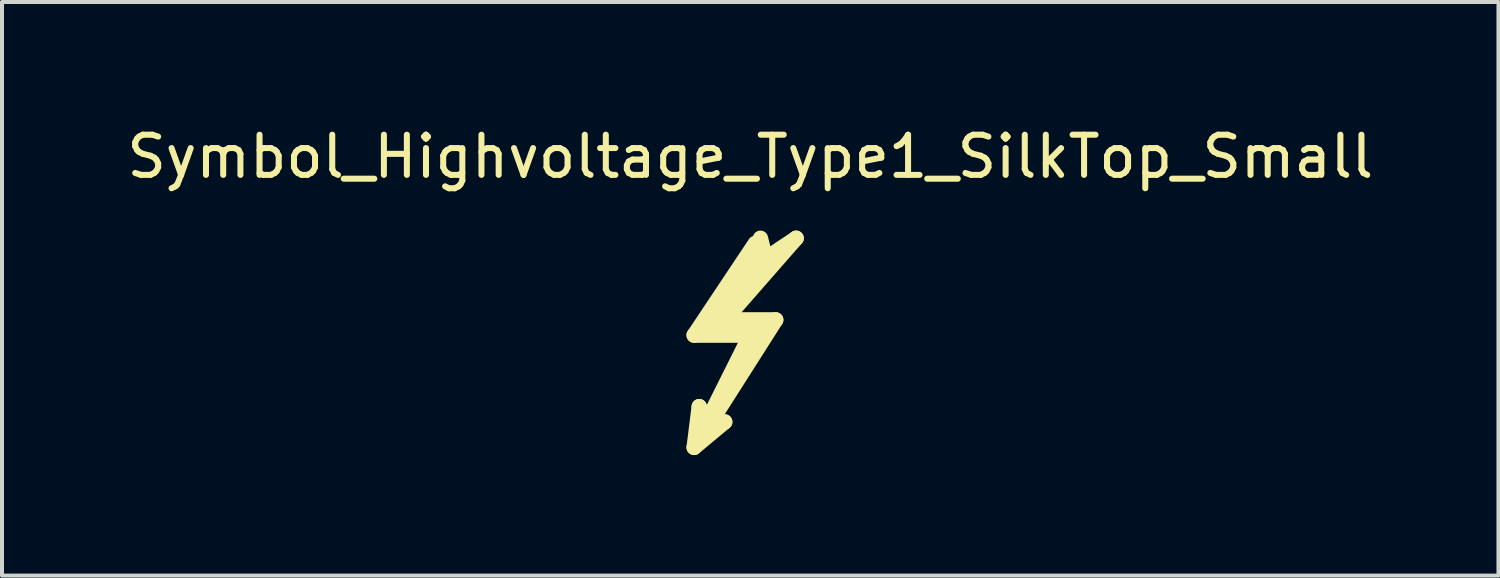
<source format=kicad_pcb>
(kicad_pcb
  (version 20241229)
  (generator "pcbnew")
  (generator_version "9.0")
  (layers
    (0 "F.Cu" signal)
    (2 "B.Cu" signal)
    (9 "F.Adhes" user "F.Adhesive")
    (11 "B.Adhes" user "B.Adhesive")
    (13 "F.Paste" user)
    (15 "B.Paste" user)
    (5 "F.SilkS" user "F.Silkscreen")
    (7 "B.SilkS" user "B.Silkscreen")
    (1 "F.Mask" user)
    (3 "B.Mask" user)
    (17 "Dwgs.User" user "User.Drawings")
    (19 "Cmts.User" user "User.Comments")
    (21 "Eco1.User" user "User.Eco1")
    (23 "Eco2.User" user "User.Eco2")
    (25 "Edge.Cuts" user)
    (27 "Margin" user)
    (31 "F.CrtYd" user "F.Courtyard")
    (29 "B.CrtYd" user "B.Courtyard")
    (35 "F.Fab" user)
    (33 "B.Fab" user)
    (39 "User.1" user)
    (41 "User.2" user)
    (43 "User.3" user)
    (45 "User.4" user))
  (footprint "Symbol_Highvoltage_Type1_SilkTop_Small"
    (layer "F.Cu")
    (at 14.609 6.055)
    (property "Reference" "Symbol_Highvoltage_Type1_SilkTop_Small" (at 1.016 -5.207 0) (layer "F.SilkS") (effects (font (size 1 1) (thickness 0.15))))
    (attr exclude_from_pos_files exclude_from_bom)
    (fp_line (start -0.381 -0.762) (end 1.016 -0.762) (stroke (width 0.381) (type solid)) (layer "F.SilkS"))
    (fp_line (start -0.381 2.032) (end 0.381 1.397) (stroke (width 0.381) (type solid)) (layer "F.SilkS"))
    (fp_line (start -0.254 1.016) (end -0.381 2.032) (stroke (width 0.381) (type solid)) (layer "F.SilkS"))
    (fp_line (start -0.127 1.524) (end -0.254 1.016) (stroke (width 0.381) (type solid)) (layer "F.SilkS"))
    (fp_line (start -0.127 1.651) (end 1.651 -1.143) (stroke (width 0.381) (type solid)) (layer "F.SilkS"))
    (fp_line (start 0 -0.889) (end 1.27 -0.889) (stroke (width 0.381) (type solid)) (layer "F.SilkS"))
    (fp_line (start 0.381 -1.143) (end 2.159 -3.175) (stroke (width 0.381) (type solid)) (layer "F.SilkS"))
    (fp_line (start 0.381 1.397) (end -0.127 1.651) (stroke (width 0.381) (type solid)) (layer "F.SilkS"))
    (fp_line (start 1.016 -0.762) (end -0.127 1.524) (stroke (width 0.381) (type solid)) (layer "F.SilkS"))
    (fp_line (start 1.143 -3.048) (end -0.381 -0.762) (stroke (width 0.381) (type solid)) (layer "F.SilkS"))
    (fp_line (start 1.397 -2.794) (end 0 -0.889) (stroke (width 0.381) (type solid)) (layer "F.SilkS"))
    (fp_line (start 1.397 -2.667) (end 1.27 -3.175) (stroke (width 0.381) (type solid)) (layer "F.SilkS"))
    (fp_line (start 1.651 -1.143) (end 0.381 -1.143) (stroke (width 0.381) (type solid)) (layer "F.SilkS"))
    (fp_line (start 2.159 -3.175) (end 1.397 -2.667) (stroke (width 0.381) (type solid)) (layer "F.SilkS")))
  (gr_rect
    (start -3 -3)
    (end 34.25 11.278)
    (stroke (width 0.1) (type default))
    (fill no)
    (layer "Edge.Cuts")))
</source>
